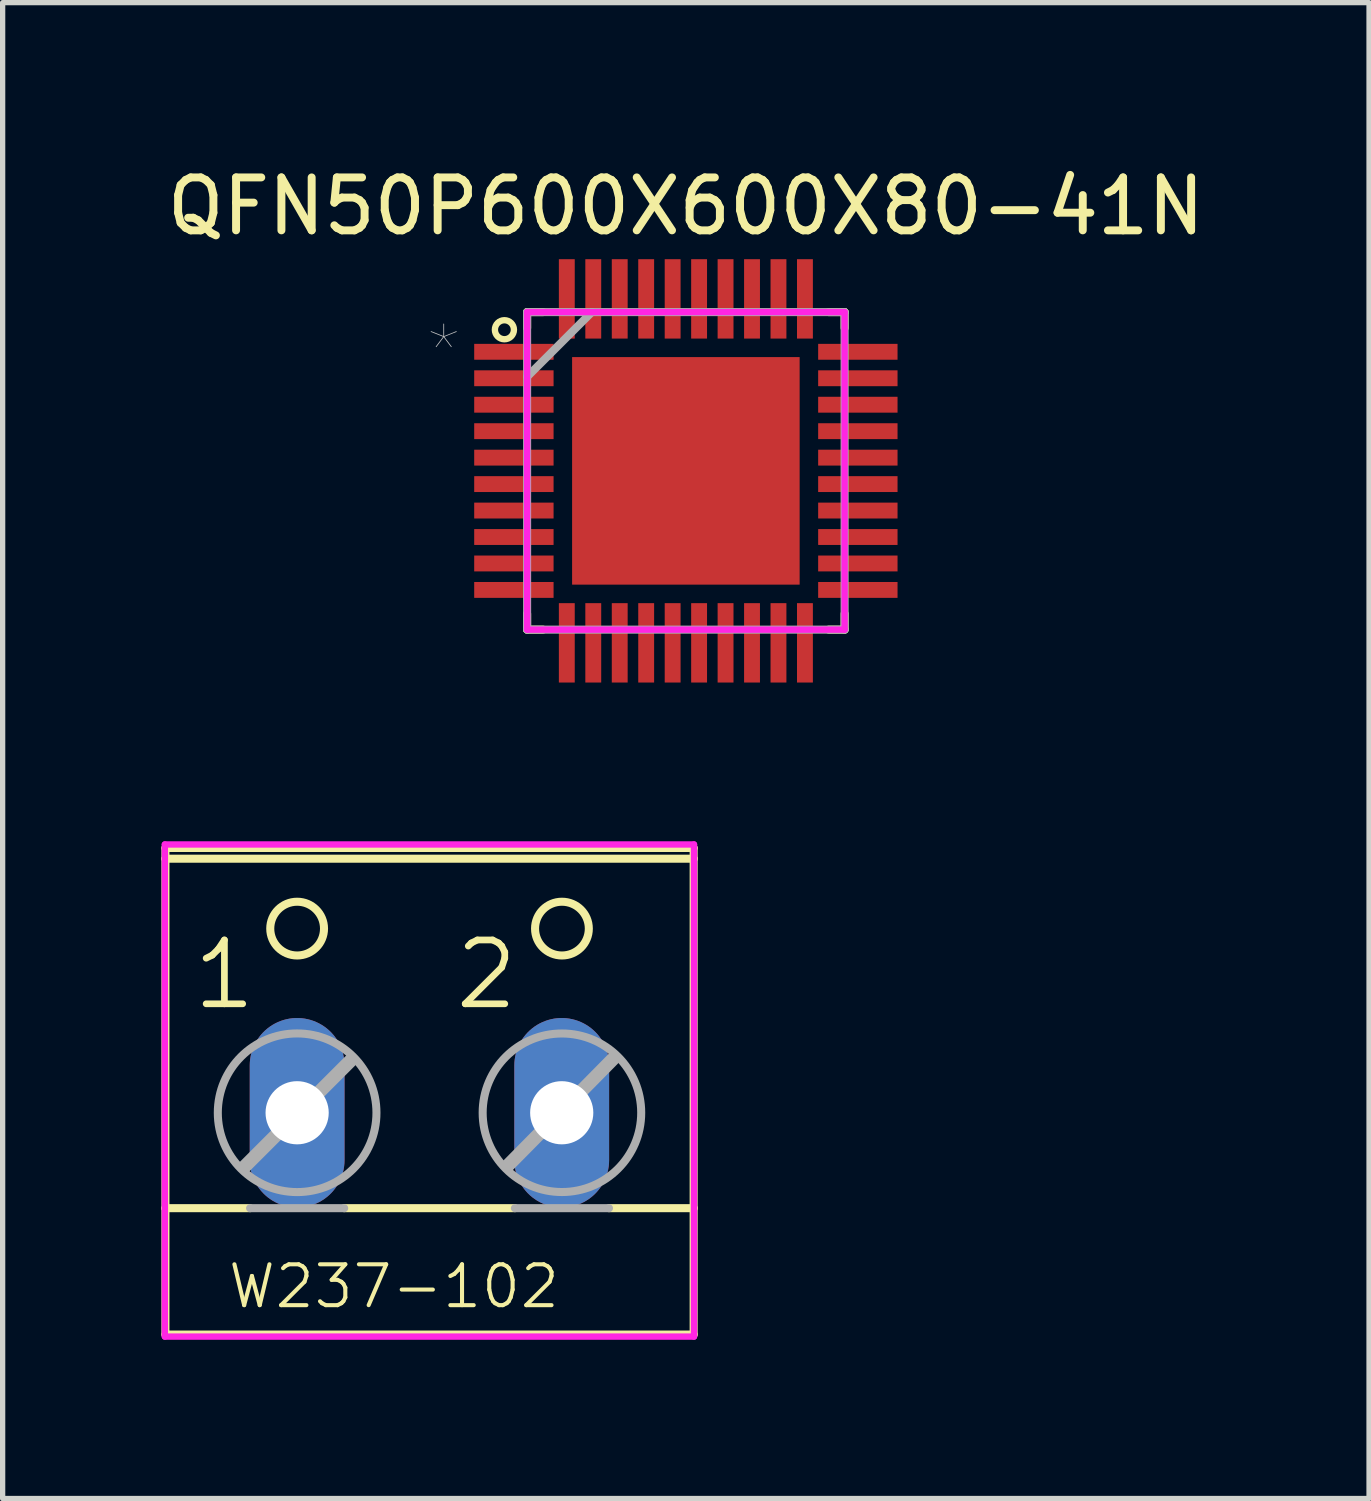
<source format=kicad_pcb>
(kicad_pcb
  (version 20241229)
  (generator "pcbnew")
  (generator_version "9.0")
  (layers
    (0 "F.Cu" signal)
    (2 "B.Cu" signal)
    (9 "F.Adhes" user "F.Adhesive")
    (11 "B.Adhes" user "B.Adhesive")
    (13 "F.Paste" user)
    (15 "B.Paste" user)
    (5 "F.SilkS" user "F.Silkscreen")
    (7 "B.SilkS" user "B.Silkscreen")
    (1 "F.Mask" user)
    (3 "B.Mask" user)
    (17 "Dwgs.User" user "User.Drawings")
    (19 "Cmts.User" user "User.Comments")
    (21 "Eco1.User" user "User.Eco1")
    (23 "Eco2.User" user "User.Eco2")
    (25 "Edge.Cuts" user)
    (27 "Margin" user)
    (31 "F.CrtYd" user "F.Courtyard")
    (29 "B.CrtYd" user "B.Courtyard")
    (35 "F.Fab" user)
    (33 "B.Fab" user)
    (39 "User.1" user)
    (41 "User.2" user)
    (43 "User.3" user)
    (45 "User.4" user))
  (footprint "W237-102"
    (layer "F.Cu")
    (at 5.065 16.708)
    (property "Reference" "W237-102" (at -3.846 5.004 180) (layer "F.SilkS") (effects (font (size 0.772 0.772) (thickness 0.077)) (justify left bottom)))
    (attr through_hole)
    (fp_line (start -4.989 -3.531) (end -4.989 -3.734) (stroke (width 0.152) (type solid)) (layer "F.SilkS"))
    (fp_line (start -4.989 -3.531) (end 4.993 -3.531) (stroke (width 0.152) (type solid)) (layer "F.SilkS"))
    (fp_line (start -4.989 3.073) (end -4.989 -3.531) (stroke (width 0.152) (type solid)) (layer "F.SilkS"))
    (fp_line (start -4.989 3.073) (end -3.389 3.073) (stroke (width 0.152) (type solid)) (layer "F.SilkS"))
    (fp_line (start -4.989 5.461) (end -4.989 3.073) (stroke (width 0.152) (type solid)) (layer "F.SilkS"))
    (fp_line (start -4.989 5.461) (end 4.993 5.461) (stroke (width 0.152) (type solid)) (layer "F.SilkS"))
    (fp_line (start -1.611 3.073) (end 1.615 3.073) (stroke (width 0.152) (type solid)) (layer "F.SilkS"))
    (fp_line (start 3.393 3.073) (end 4.993 3.073) (stroke (width 0.152) (type solid)) (layer "F.SilkS"))
    (fp_line (start 4.993 -3.734) (end -4.989 -3.734) (stroke (width 0.152) (type solid)) (layer "F.SilkS"))
    (fp_line (start 4.993 -3.734) (end 4.993 -3.531) (stroke (width 0.152) (type solid)) (layer "F.SilkS"))
    (fp_line (start 4.993 -3.531) (end 4.993 3.073) (stroke (width 0.152) (type solid)) (layer "F.SilkS"))
    (fp_line (start 4.993 3.073) (end 4.993 5.461) (stroke (width 0.152) (type solid)) (layer "F.SilkS"))
    (fp_circle (center -2.5 -2.21) (end -1.992 -2.21) (stroke (width 0.152) (type solid)) (fill no) (layer "F.SilkS"))
    (fp_circle (center 2.504 -2.21) (end 3.012 -2.21) (stroke (width 0.152) (type solid)) (fill no) (layer "F.SilkS"))
    (fp_line (start -5 -3.8) (end -5 5.5) (stroke (width 0.12) (type solid)) (layer "F.CrtYd"))
    (fp_line (start -5 5.5) (end 5 5.5) (stroke (width 0.12) (type solid)) (layer "F.CrtYd"))
    (fp_line (start 5 -3.8) (end -5 -3.8) (stroke (width 0.12) (type solid)) (layer "F.CrtYd"))
    (fp_line (start 5 5.5) (end 5 -3.8) (stroke (width 0.12) (type solid)) (layer "F.CrtYd"))
    (fp_line (start -3.491 2.286) (end -1.484 0.279) (stroke (width 0.254) (type solid)) (layer "F.Fab"))
    (fp_line (start -3.389 3.073) (end -1.611 3.073) (stroke (width 0.152) (type solid)) (layer "F.Fab"))
    (fp_line (start 1.488 2.261) (end 3.469 0.254) (stroke (width 0.254) (type solid)) (layer "F.Fab"))
    (fp_line (start 1.615 3.073) (end 3.393 3.073) (stroke (width 0.152) (type solid)) (layer "F.Fab"))
    (fp_circle (center -2.5 1.27) (end -1.001 1.27) (stroke (width 0.152) (type solid)) (fill no) (layer "F.Fab"))
    (fp_circle (center 2.504 1.27) (end 4.002 1.27) (stroke (width 0.152) (type solid)) (fill no) (layer "F.Fab"))
    (fp_text user "1" (at -4.532 -0.635 0) (layer "F.SilkS") (effects (font (size 1.206 1.206) (thickness 0.127)) (justify left bottom)))
    (fp_text user "2" (at 0.421 -0.635 0) (layer "F.SilkS") (effects (font (size 1.206 1.206) (thickness 0.127)) (justify left bottom)))
    (pad "1" thru_hole oval (at -2.5 1.27 90) (size 3.581 1.791) (drill 1.194) (layers "*.Cu" "*.Mask"))
    (pad "2" thru_hole oval (at 2.5 1.27 90) (size 3.581 1.791) (drill 1.194) (layers "*.Cu" "*.Mask")))
  (footprint "QFN50P600X600X80-41N"
    (layer "F.Cu")
    (at 9.911 5.848)
    (property "Reference" "QFN50P600X600X80-41N" (at 0 -5 0) (layer "F.SilkS") (effects (font (size 1 1) (thickness 0.15))))
    (attr smd)
    (fp_line (start -3 -3) (end -3 -2.7) (stroke (width 0.152) (type solid)) (layer "F.SilkS"))
    (fp_line (start -3 2.7) (end -3 3) (stroke (width 0.152) (type solid)) (layer "F.SilkS"))
    (fp_line (start -3 3) (end -2.7 3) (stroke (width 0.152) (type solid)) (layer "F.SilkS"))
    (fp_line (start -2.7 -3) (end -3 -3) (stroke (width 0.152) (type solid)) (layer "F.SilkS"))
    (fp_line (start 2.7 3) (end 3 3) (stroke (width 0.152) (type solid)) (layer "F.SilkS"))
    (fp_line (start 3 -3) (end 2.7 -3) (stroke (width 0.152) (type solid)) (layer "F.SilkS"))
    (fp_line (start 3 -2.7) (end 3 -3) (stroke (width 0.152) (type solid)) (layer "F.SilkS"))
    (fp_line (start 3 3) (end 3 2.7) (stroke (width 0.152) (type solid)) (layer "F.SilkS"))
    (fp_circle (center -3.429 -2.667) (end -3.249 -2.667) (stroke (width 0.12) (type solid)) (fill no) (layer "F.SilkS"))
    (fp_line (start -3 -3) (end -3 3) (stroke (width 0.12) (type solid)) (layer "F.CrtYd"))
    (fp_line (start -3 3) (end 3 3) (stroke (width 0.12) (type solid)) (layer "F.CrtYd"))
    (fp_line (start 3 -3) (end -3 -3) (stroke (width 0.12) (type solid)) (layer "F.CrtYd"))
    (fp_line (start 3 3) (end 3 -3) (stroke (width 0.12) (type solid)) (layer "F.CrtYd"))
    (fp_line (start -3 -3) (end -3 3) (stroke (width 0.152) (type solid)) (layer "F.Fab"))
    (fp_line (start -3 -1.778) (end -1.778 -3) (stroke (width 0.152) (type solid)) (layer "F.Fab"))
    (fp_line (start -3 3) (end 3 3) (stroke (width 0.152) (type solid)) (layer "F.Fab"))
    (fp_line (start 3 -3) (end -3 -3) (stroke (width 0.152) (type solid)) (layer "F.Fab"))
    (fp_line (start 3 3) (end 3 -3) (stroke (width 0.152) (type solid)) (layer "F.Fab"))
    (fp_text user "*" (at -4.576 -2.237 0) (layer "Dwgs.User") (effects (font (size 1 1) (thickness 0.015))))
    (pad "1" smd rect (at -3.25 -2.25) (size 1.5 0.3) (layers "F.Cu" "F.Mask" "F.Paste"))
    (pad "2" smd rect (at -3.25 -1.75) (size 1.5 0.3) (layers "F.Cu" "F.Mask" "F.Paste"))
    (pad "3" smd rect (at -3.25 -1.25) (size 1.5 0.3) (layers "F.Cu" "F.Mask" "F.Paste"))
    (pad "4" smd rect (at -3.25 -0.75) (size 1.5 0.3) (layers "F.Cu" "F.Mask" "F.Paste"))
    (pad "5" smd rect (at -3.25 -0.25) (size 1.5 0.3) (layers "F.Cu" "F.Mask" "F.Paste"))
    (pad "6" smd rect (at -3.25 0.25) (size 1.5 0.3) (layers "F.Cu" "F.Mask" "F.Paste"))
    (pad "7" smd rect (at -3.25 0.75) (size 1.5 0.3) (layers "F.Cu" "F.Mask" "F.Paste"))
    (pad "8" smd rect (at -3.25 1.25) (size 1.5 0.3) (layers "F.Cu" "F.Mask" "F.Paste"))
    (pad "9" smd rect (at -3.25 1.75) (size 1.5 0.3) (layers "F.Cu" "F.Mask" "F.Paste"))
    (pad "10" smd rect (at -3.25 2.25) (size 1.5 0.3) (layers "F.Cu" "F.Mask" "F.Paste"))
    (pad "11" smd rect (at -2.25 3.25) (size 0.3 1.5) (layers "F.Cu" "F.Mask" "F.Paste"))
    (pad "12" smd rect (at -1.75 3.25) (size 0.3 1.5) (layers "F.Cu" "F.Mask" "F.Paste"))
    (pad "13" smd rect (at -1.25 3.25) (size 0.3 1.5) (layers "F.Cu" "F.Mask" "F.Paste"))
    (pad "14" smd rect (at -0.75 3.25) (size 0.3 1.5) (layers "F.Cu" "F.Mask" "F.Paste"))
    (pad "15" smd rect (at -0.25 3.25) (size 0.3 1.5) (layers "F.Cu" "F.Mask" "F.Paste"))
    (pad "16" smd rect (at 0.25 3.25) (size 0.3 1.5) (layers "F.Cu" "F.Mask" "F.Paste"))
    (pad "17" smd rect (at 0.75 3.25) (size 0.3 1.5) (layers "F.Cu" "F.Mask" "F.Paste"))
    (pad "18" smd rect (at 1.25 3.25) (size 0.3 1.5) (layers "F.Cu" "F.Mask" "F.Paste"))
    (pad "19" smd rect (at 1.75 3.25) (size 0.3 1.5) (layers "F.Cu" "F.Mask" "F.Paste"))
    (pad "20" smd rect (at 2.25 3.25) (size 0.3 1.5) (layers "F.Cu" "F.Mask" "F.Paste"))
    (pad "21" smd rect (at 3.25 2.25) (size 1.5 0.3) (layers "F.Cu" "F.Mask" "F.Paste"))
    (pad "22" smd rect (at 3.25 1.75) (size 1.5 0.3) (layers "F.Cu" "F.Mask" "F.Paste"))
    (pad "23" smd rect (at 3.25 1.25) (size 1.5 0.3) (layers "F.Cu" "F.Mask" "F.Paste"))
    (pad "24" smd rect (at 3.25 0.75) (size 1.5 0.3) (layers "F.Cu" "F.Mask" "F.Paste"))
    (pad "25" smd rect (at 3.25 0.25) (size 1.5 0.3) (layers "F.Cu" "F.Mask" "F.Paste"))
    (pad "26" smd rect (at 3.25 -0.25) (size 1.5 0.3) (layers "F.Cu" "F.Mask" "F.Paste"))
    (pad "27" smd rect (at 3.25 -0.75) (size 1.5 0.3) (layers "F.Cu" "F.Mask" "F.Paste"))
    (pad "28" smd rect (at 3.25 -1.25) (size 1.5 0.3) (layers "F.Cu" "F.Mask" "F.Paste"))
    (pad "29" smd rect (at 3.25 -1.75) (size 1.5 0.3) (layers "F.Cu" "F.Mask" "F.Paste"))
    (pad "30" smd rect (at 3.25 -2.25) (size 1.5 0.3) (layers "F.Cu" "F.Mask" "F.Paste"))
    (pad "31" smd rect (at 2.25 -3.25) (size 0.3 1.5) (layers "F.Cu" "F.Mask" "F.Paste"))
    (pad "32" smd rect (at 1.75 -3.25) (size 0.3 1.5) (layers "F.Cu" "F.Mask" "F.Paste"))
    (pad "33" smd rect (at 1.25 -3.25) (size 0.3 1.5) (layers "F.Cu" "F.Mask" "F.Paste"))
    (pad "34" smd rect (at 0.75 -3.25) (size 0.3 1.5) (layers "F.Cu" "F.Mask" "F.Paste"))
    (pad "35" smd rect (at 0.25 -3.25) (size 0.3 1.5) (layers "F.Cu" "F.Mask" "F.Paste"))
    (pad "36" smd rect (at -0.25 -3.25) (size 0.3 1.5) (layers "F.Cu" "F.Mask" "F.Paste"))
    (pad "37" smd rect (at -0.75 -3.25) (size 0.3 1.5) (layers "F.Cu" "F.Mask" "F.Paste"))
    (pad "38" smd rect (at -1.25 -3.25) (size 0.3 1.5) (layers "F.Cu" "F.Mask" "F.Paste"))
    (pad "39" smd rect (at -1.75 -3.25) (size 0.3 1.5) (layers "F.Cu" "F.Mask" "F.Paste"))
    (pad "40" smd rect (at -2.25 -3.25) (size 0.3 1.5) (layers "F.Cu" "F.Mask" "F.Paste"))
    (pad "41" smd rect (at 0 0) (size 4.3 4.3) (layers "F.Cu" "F.Mask" "F.Paste")))
  (gr_rect
    (start -3 -3)
    (end 22.821 25.268)
    (stroke (width 0.1) (type default))
    (fill no)
    (layer "Edge.Cuts")))
</source>
